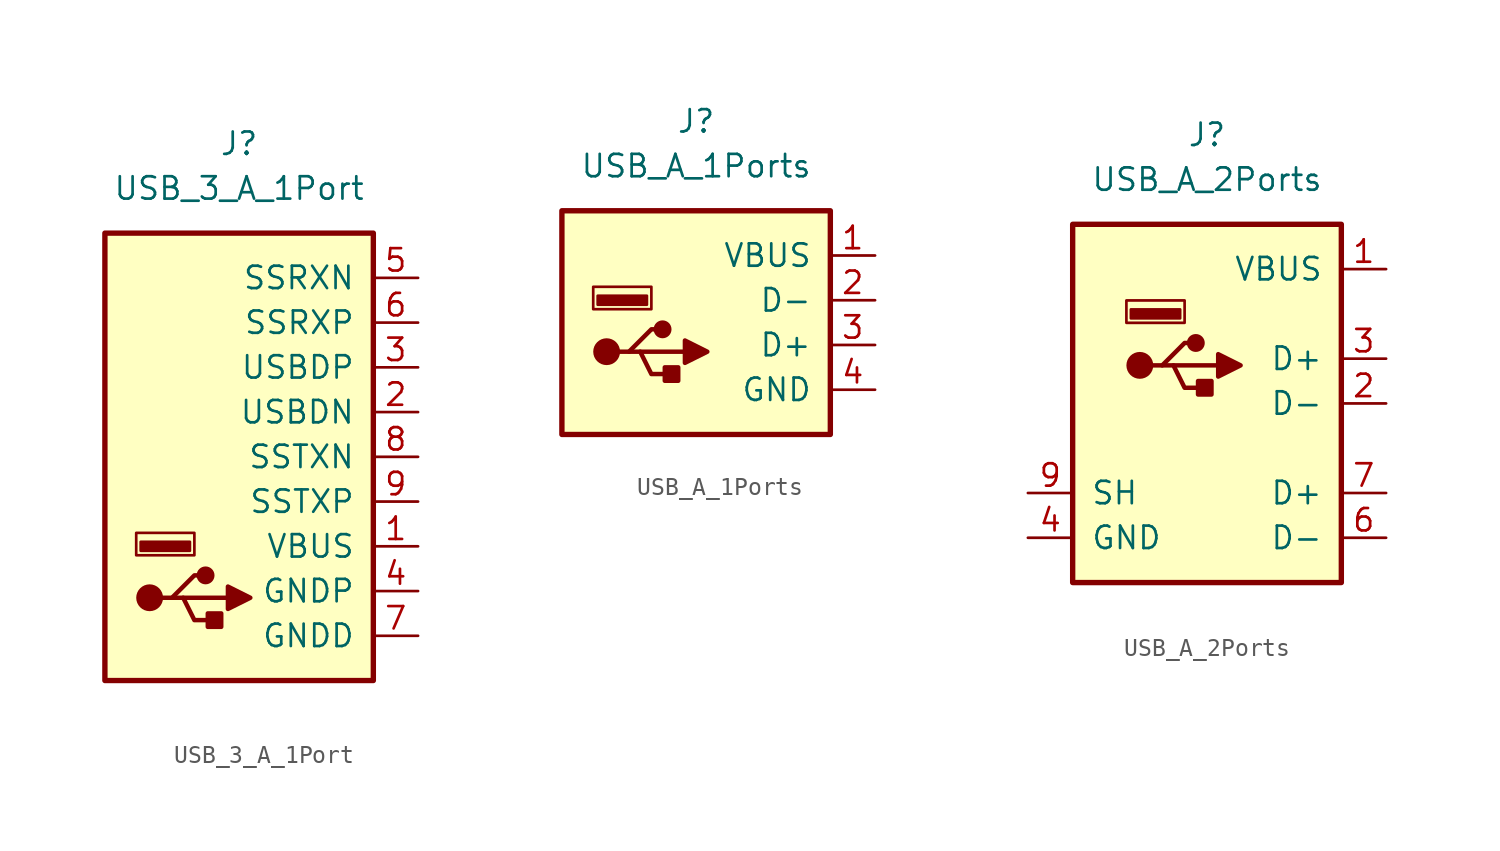
<source format=kicad_sym>
(kicad_symbol_lib
  (version 20211014)
  (generator kicad_symbol_editor)
  (symbol "USB_3_A_1Port"
    (pin_names
      (offset 1.016))
    (property "Reference" "J"
      (at 0 7.62 0)
      (effects (font (size 1.27 1.27))))
    (property "Value" "USB_3_A_1Port"
      (at 0 5.08 0)
      (effects (font (size 1.27 1.27))))
    (symbol "USB_3_A_1Port_0_1"
      (rectangle (start -7.62 2.54) (end 7.62 -22.86) (stroke (width 0.305) (type default) (color 0 0 0 0)) (fill (type background))))
    (symbol "USB_3_A_1Port_1_1"
      (circle (center -5.08 -18.161) (radius 0.635) (stroke (width 0.254) (type default) (color 0 0 0 0)) (fill (type outline)))
      (rectangle (start -2.794 -15.494) (end -5.588 -14.986) (stroke (width 0) (type default) (color 0 0 0 0)) (fill (type outline)))
      (rectangle (start -2.54 -15.748) (end -5.842 -14.478) (stroke (width 0) (type default) (color 0 0 0 0)) (fill (type none)))
      (circle (center -1.905 -16.891) (radius 0.381) (stroke (width 0.254) (type default) (color 0 0 0 0)) (fill (type outline)))
      (rectangle (start -1.016 -19.05) (end -1.778 -19.812) (stroke (width 0.254) (type default) (color 0 0 0 0)) (fill (type outline)))
      (polyline (pts (xy -3.175 -18.161) (xy -0.635 -18.161)) (stroke (width 0.254) (type default) (color 0 0 0 0)) (fill (type none)))
      (polyline (pts (xy -4.445 -18.161) (xy -3.81 -18.161) (xy -2.54 -16.891) (xy -1.905 -16.891)) (stroke (width 0.254) (type default) (color 0 0 0 0)) (fill (type none)))
      (polyline (pts (xy -3.81 -18.161) (xy -3.175 -18.161) (xy -2.54 -19.431) (xy -1.27 -19.431)) (stroke (width 0.254) (type default) (color 0 0 0 0)) (fill (type none)))
      (polyline (pts (xy -0.635 -17.526) (xy -0.635 -18.796) (xy 0.635 -18.161) (xy -0.635 -17.526)) (stroke (width 0.254) (type default) (color 0 0 0 0)) (fill (type outline)))
      (pin power_in line (at 10.16 -15.24 180) (length 2.54) (name "VBUS" (effects (font (size 1.27 1.27)))) (number "1" (effects (font (size 1.27 1.27)))))
      (pin input line (at 10.16 -20.32 180) (length 2.54) hide (name "SH" (effects (font (size 1.27 1.27)))) (number "10" (effects (font (size 1.27 1.27)))))
      (pin bidirectional line (at 10.16 -7.62 180) (length 2.54) (name "USBDN" (effects (font (size 1.27 1.27)))) (number "2" (effects (font (size 1.27 1.27)))))
      (pin bidirectional line (at 10.16 -5.08 180) (length 2.54) (name "USBDP" (effects (font (size 1.27 1.27)))) (number "3" (effects (font (size 1.27 1.27)))))
      (pin power_in line (at 10.16 -17.78 180) (length 2.54) (name "GNDP" (effects (font (size 1.27 1.27)))) (number "4" (effects (font (size 1.27 1.27)))))
      (pin bidirectional line (at 10.16 0 180) (length 2.54) (name "SSRXN" (effects (font (size 1.27 1.27)))) (number "5" (effects (font (size 1.27 1.27)))))
      (pin bidirectional line (at 10.16 -2.54 180) (length 2.54) (name "SSRXP" (effects (font (size 1.27 1.27)))) (number "6" (effects (font (size 1.27 1.27)))))
      (pin power_in line (at 10.16 -20.32 180) (length 2.54) (name "GNDD" (effects (font (size 1.27 1.27)))) (number "7" (effects (font (size 1.27 1.27)))))
      (pin bidirectional line (at 10.16 -10.16 180) (length 2.54) (name "SSTXN" (effects (font (size 1.27 1.27)))) (number "8" (effects (font (size 1.27 1.27)))))
      (pin bidirectional line (at 10.16 -12.7 180) (length 2.54) (name "SSTXP" (effects (font (size 1.27 1.27)))) (number "9" (effects (font (size 1.27 1.27)))))))
  (symbol "USB_A_1Ports"
    (pin_names
      (offset 1.016))
    (property "Reference" "J"
      (at 0 7.62 0)
      (effects (font (size 1.27 1.27))))
    (property "Value" "USB_A_1Ports"
      (at 0 5.08 0)
      (effects (font (size 1.27 1.27))))
    (symbol "USB_A_1Ports_0_1"
      (rectangle (start -7.62 2.54) (end 7.62 -10.16) (stroke (width 0.305) (type default) (color 0 0 0 0)) (fill (type background))))
    (symbol "USB_A_1Ports_1_1"
      (circle (center -5.08 -5.461) (radius 0.635) (stroke (width 0.254) (type default) (color 0 0 0 0)) (fill (type outline)))
      (rectangle (start -2.794 -2.794) (end -5.588 -2.286) (stroke (width 0) (type default) (color 0 0 0 0)) (fill (type outline)))
      (rectangle (start -2.54 -3.048) (end -5.842 -1.778) (stroke (width 0) (type default) (color 0 0 0 0)) (fill (type none)))
      (circle (center -1.905 -4.191) (radius 0.381) (stroke (width 0.254) (type default) (color 0 0 0 0)) (fill (type outline)))
      (rectangle (start -1.016 -6.35) (end -1.778 -7.112) (stroke (width 0.254) (type default) (color 0 0 0 0)) (fill (type outline)))
      (polyline (pts (xy -3.175 -5.461) (xy -0.635 -5.461)) (stroke (width 0.254) (type default) (color 0 0 0 0)) (fill (type none)))
      (polyline (pts (xy -4.445 -5.461) (xy -3.81 -5.461) (xy -2.54 -4.191) (xy -1.905 -4.191)) (stroke (width 0.254) (type default) (color 0 0 0 0)) (fill (type none)))
      (polyline (pts (xy -3.81 -5.461) (xy -3.175 -5.461) (xy -2.54 -6.731) (xy -1.27 -6.731)) (stroke (width 0.254) (type default) (color 0 0 0 0)) (fill (type none)))
      (polyline (pts (xy -0.635 -4.826) (xy -0.635 -6.096) (xy 0.635 -5.461) (xy -0.635 -4.826)) (stroke (width 0.254) (type default) (color 0 0 0 0)) (fill (type outline)))
      (pin power_in line (at 10.16 0 180) (length 2.54) (name "VBUS" (effects (font (size 1.27 1.27)))) (number "1" (effects (font (size 1.27 1.27)))))
      (pin bidirectional line (at 10.16 -2.54 180) (length 2.54) (name "D-" (effects (font (size 1.27 1.27)))) (number "2" (effects (font (size 1.27 1.27)))))
      (pin bidirectional line (at 10.16 -5.08 180) (length 2.54) (name "D+" (effects (font (size 1.27 1.27)))) (number "3" (effects (font (size 1.27 1.27)))))
      (pin power_in line (at 10.16 -7.62 180) (length 2.54) (name "GND" (effects (font (size 1.27 1.27)))) (number "4" (effects (font (size 1.27 1.27)))))
      (pin input line (at 10.16 -7.62 180) (length 2.54) hide (name "SH" (effects (font (size 1.27 1.27)))) (number "5" (effects (font (size 1.27 1.27)))))))
  (symbol "USB_A_2Ports"
    (pin_names
      (offset 1.016))
    (property "Reference" "J"
      (at 0 7.62 0)
      (effects (font (size 1.27 1.27))))
    (property "Value" "USB_A_2Ports"
      (at 0 5.08 0)
      (effects (font (size 1.27 1.27))))
    (symbol "USB_A_2Ports_0_1"
      (rectangle (start 7.62 2.54) (end -7.62 -17.78) (stroke (width 0.305) (type default) (color 0 0 0 0)) (fill (type background))))
    (symbol "USB_A_2Ports_1_1"
      (circle (center -3.81 -5.461) (radius 0.635) (stroke (width 0.254) (type default) (color 0 0 0 0)) (fill (type outline)))
      (rectangle (start -1.524 -2.794) (end -4.318 -2.286) (stroke (width 0) (type default) (color 0 0 0 0)) (fill (type outline)))
      (rectangle (start -1.27 -3.048) (end -4.572 -1.778) (stroke (width 0) (type default) (color 0 0 0 0)) (fill (type none)))
      (circle (center -0.635 -4.191) (radius 0.381) (stroke (width 0.254) (type default) (color 0 0 0 0)) (fill (type outline)))
      (polyline (pts (xy -1.905 -5.461) (xy 0.635 -5.461)) (stroke (width 0.254) (type default) (color 0 0 0 0)) (fill (type none)))
      (polyline (pts (xy -3.175 -5.461) (xy -2.54 -5.461) (xy -1.27 -4.191) (xy -0.635 -4.191)) (stroke (width 0.254) (type default) (color 0 0 0 0)) (fill (type none)))
      (polyline (pts (xy -2.54 -5.461) (xy -1.905 -5.461) (xy -1.27 -6.731) (xy 0 -6.731)) (stroke (width 0.254) (type default) (color 0 0 0 0)) (fill (type none)))
      (polyline (pts (xy 0.635 -4.826) (xy 0.635 -6.096) (xy 1.905 -5.461) (xy 0.635 -4.826)) (stroke (width 0.254) (type default) (color 0 0 0 0)) (fill (type outline)))
      (rectangle (start 0.254 -6.35) (end -0.508 -7.112) (stroke (width 0.254) (type default) (color 0 0 0 0)) (fill (type outline)))
      (pin power_in line (at 10.16 0 180) (length 2.54) (name "VBUS" (effects (font (size 1.27 1.27)))) (number "1" (effects (font (size 1.27 1.27)))))
      (pin passive line (at -10.16 -12.7 0) (length 2.54) hide (name "SH" (effects (font (size 1.27 1.27)))) (number "10" (effects (font (size 1.27 1.27)))))
      (pin passive line (at -10.16 -12.7 0) (length 2.54) hide (name "SH" (effects (font (size 1.27 1.27)))) (number "11" (effects (font (size 1.27 1.27)))))
      (pin passive line (at -10.16 -12.7 0) (length 2.54) hide (name "SH" (effects (font (size 1.27 1.27)))) (number "12" (effects (font (size 1.27 1.27)))))
      (pin bidirectional line (at 10.16 -7.62 180) (length 2.54) (name "D-" (effects (font (size 1.27 1.27)))) (number "2" (effects (font (size 1.27 1.27)))))
      (pin bidirectional line (at 10.16 -5.08 180) (length 2.54) (name "D+" (effects (font (size 1.27 1.27)))) (number "3" (effects (font (size 1.27 1.27)))))
      (pin power_in line (at -10.16 -15.24 0) (length 2.54) (name "GND" (effects (font (size 1.27 1.27)))) (number "4" (effects (font (size 1.27 1.27)))))
      (pin power_in line (at 10.16 0 180) (length 2.54) hide (name "VBUS" (effects (font (size 1.27 1.27)))) (number "5" (effects (font (size 1.27 1.27)))))
      (pin bidirectional line (at 10.16 -15.24 180) (length 2.54) (name "D-" (effects (font (size 1.27 1.27)))) (number "6" (effects (font (size 1.27 1.27)))))
      (pin bidirectional line (at 10.16 -12.7 180) (length 2.54) (name "D+" (effects (font (size 1.27 1.27)))) (number "7" (effects (font (size 1.27 1.27)))))
      (pin power_in line (at -10.16 -15.24 0) (length 2.54) hide (name "GND" (effects (font (size 1.27 1.27)))) (number "8" (effects (font (size 1.27 1.27)))))
      (pin passive line (at -10.16 -12.7 0) (length 2.54) (name "SH" (effects (font (size 1.27 1.27)))) (number "9" (effects (font (size 1.27 1.27))))))))
</source>
